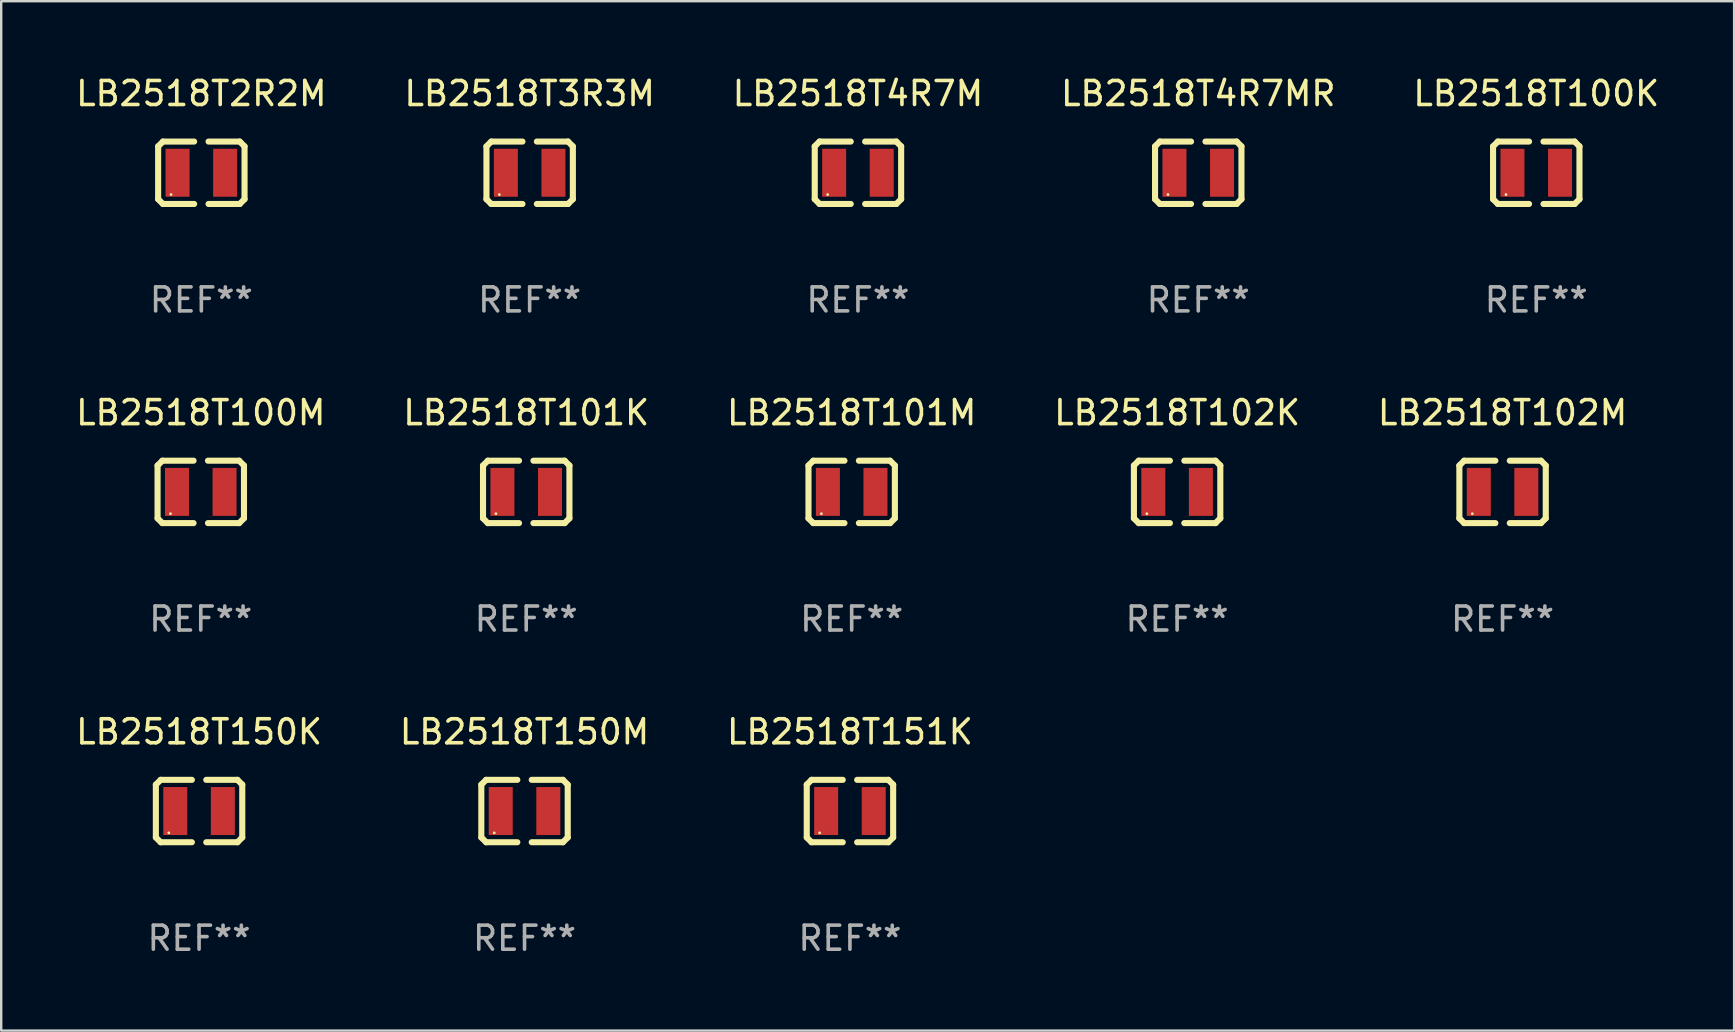
<source format=kicad_pcb>
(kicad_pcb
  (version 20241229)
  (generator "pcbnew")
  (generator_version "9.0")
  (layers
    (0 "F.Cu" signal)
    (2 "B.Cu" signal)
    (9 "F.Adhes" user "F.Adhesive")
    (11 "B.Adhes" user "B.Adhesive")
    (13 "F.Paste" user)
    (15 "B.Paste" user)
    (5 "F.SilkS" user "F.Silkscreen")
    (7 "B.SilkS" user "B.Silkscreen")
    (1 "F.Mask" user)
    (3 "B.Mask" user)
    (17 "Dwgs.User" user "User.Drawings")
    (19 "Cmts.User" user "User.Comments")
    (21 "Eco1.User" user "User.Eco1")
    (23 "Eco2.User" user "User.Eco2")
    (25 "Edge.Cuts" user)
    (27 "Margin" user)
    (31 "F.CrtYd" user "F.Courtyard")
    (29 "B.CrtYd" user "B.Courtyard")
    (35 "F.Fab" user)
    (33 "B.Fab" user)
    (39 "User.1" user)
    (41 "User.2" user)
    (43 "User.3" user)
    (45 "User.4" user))
  (footprint "LB2518T102M"
    (layer "F.Cu")
    (at 59.554 17.445)
    (property "Reference" "LB2518T102M" (at 0 -3.3 0) (layer "F.SilkS") (effects (font (size 1 1) (thickness 0.15))))
    (attr through_hole)
    (fp_line (start -1.8 -1.1) (end -1.8 1.1) (stroke (width 0.254) (type solid)) (layer "F.SilkS"))
    (fp_line (start -1.8 1.1) (end -1.6 1.3) (stroke (width 0.254) (type solid)) (layer "F.SilkS"))
    (fp_line (start -1.6 -1.3) (end -1.8 -1.1) (stroke (width 0.254) (type solid)) (layer "F.SilkS"))
    (fp_line (start -1.6 1.3) (end -0.3 1.3) (stroke (width 0.254) (type solid)) (layer "F.SilkS"))
    (fp_line (start -0.3 -1.3) (end -1.6 -1.3) (stroke (width 0.254) (type solid)) (layer "F.SilkS"))
    (fp_line (start 0.3 1.3) (end 1.6 1.3) (stroke (width 0.254) (type solid)) (layer "F.SilkS"))
    (fp_line (start 1.6 -1.3) (end 0.3 -1.3) (stroke (width 0.254) (type solid)) (layer "F.SilkS"))
    (fp_line (start 1.6 1.3) (end 1.8 1.1) (stroke (width 0.254) (type solid)) (layer "F.SilkS"))
    (fp_line (start 1.8 -1.1) (end 1.6 -1.3) (stroke (width 0.254) (type solid)) (layer "F.SilkS"))
    (fp_line (start 1.8 1.1) (end 1.8 -1.1) (stroke (width 0.254) (type solid)) (layer "F.SilkS"))
    (fp_circle (center -1.262 0.909) (end -1.232 0.909) (stroke (width 0.06) (type solid)) (fill no) (layer "F.SilkS"))
    (fp_text user "REF**" (at 0 5.3 0) (layer "F.Fab") (effects (font (size 1 1) (thickness 0.15))))
    (pad "1" smd rect (at -0.991 -0.00014 90) (size 1.999 1) (layers "F.Cu" "F.Mask" "F.Paste"))
    (pad "2" smd rect (at 0.991 -0.00014 90) (size 1.999 1) (layers "F.Cu" "F.Mask" "F.Paste")))
  (footprint "LB2518T100K"
    (layer "F.Cu")
    (at 60.958 4.148)
    (property "Reference" "LB2518T100K" (at 0 -3.3 0) (layer "F.SilkS") (effects (font (size 1 1) (thickness 0.15))))
    (attr through_hole)
    (fp_line (start -1.8 -1.1) (end -1.8 1.1) (stroke (width 0.254) (type solid)) (layer "F.SilkS"))
    (fp_line (start -1.8 1.1) (end -1.6 1.3) (stroke (width 0.254) (type solid)) (layer "F.SilkS"))
    (fp_line (start -1.6 -1.3) (end -1.8 -1.1) (stroke (width 0.254) (type solid)) (layer "F.SilkS"))
    (fp_line (start -1.6 1.3) (end -0.3 1.3) (stroke (width 0.254) (type solid)) (layer "F.SilkS"))
    (fp_line (start -0.3 -1.3) (end -1.6 -1.3) (stroke (width 0.254) (type solid)) (layer "F.SilkS"))
    (fp_line (start 0.3 1.3) (end 1.6 1.3) (stroke (width 0.254) (type solid)) (layer "F.SilkS"))
    (fp_line (start 1.6 -1.3) (end 0.3 -1.3) (stroke (width 0.254) (type solid)) (layer "F.SilkS"))
    (fp_line (start 1.6 1.3) (end 1.8 1.1) (stroke (width 0.254) (type solid)) (layer "F.SilkS"))
    (fp_line (start 1.8 -1.1) (end 1.6 -1.3) (stroke (width 0.254) (type solid)) (layer "F.SilkS"))
    (fp_line (start 1.8 1.1) (end 1.8 -1.1) (stroke (width 0.254) (type solid)) (layer "F.SilkS"))
    (fp_circle (center -1.262 0.909) (end -1.232 0.909) (stroke (width 0.06) (type solid)) (fill no) (layer "F.SilkS"))
    (fp_text user "REF**" (at 0 5.3 0) (layer "F.Fab") (effects (font (size 1 1) (thickness 0.15))))
    (pad "1" smd rect (at -0.991 -0.00014 90) (size 1.999 1) (layers "F.Cu" "F.Mask" "F.Paste"))
    (pad "2" smd rect (at 0.991 -0.00014 90) (size 1.999 1) (layers "F.Cu" "F.Mask" "F.Paste")))
  (footprint "LB2518T2R2M"
    (layer "F.Cu")
    (at 5.339 4.148)
    (property "Reference" "LB2518T2R2M" (at 0 -3.3 0) (layer "F.SilkS") (effects (font (size 1 1) (thickness 0.15))))
    (attr through_hole)
    (fp_line (start -1.8 -1.1) (end -1.8 1.1) (stroke (width 0.254) (type solid)) (layer "F.SilkS"))
    (fp_line (start -1.8 1.1) (end -1.6 1.3) (stroke (width 0.254) (type solid)) (layer "F.SilkS"))
    (fp_line (start -1.6 -1.3) (end -1.8 -1.1) (stroke (width 0.254) (type solid)) (layer "F.SilkS"))
    (fp_line (start -1.6 1.3) (end -0.3 1.3) (stroke (width 0.254) (type solid)) (layer "F.SilkS"))
    (fp_line (start -0.3 -1.3) (end -1.6 -1.3) (stroke (width 0.254) (type solid)) (layer "F.SilkS"))
    (fp_line (start 0.3 1.3) (end 1.6 1.3) (stroke (width 0.254) (type solid)) (layer "F.SilkS"))
    (fp_line (start 1.6 -1.3) (end 0.3 -1.3) (stroke (width 0.254) (type solid)) (layer "F.SilkS"))
    (fp_line (start 1.6 1.3) (end 1.8 1.1) (stroke (width 0.254) (type solid)) (layer "F.SilkS"))
    (fp_line (start 1.8 -1.1) (end 1.6 -1.3) (stroke (width 0.254) (type solid)) (layer "F.SilkS"))
    (fp_line (start 1.8 1.1) (end 1.8 -1.1) (stroke (width 0.254) (type solid)) (layer "F.SilkS"))
    (fp_circle (center -1.262 0.909) (end -1.232 0.909) (stroke (width 0.06) (type solid)) (fill no) (layer "F.SilkS"))
    (fp_text user "REF**" (at 0 5.3 0) (layer "F.Fab") (effects (font (size 1 1) (thickness 0.15))))
    (pad "1" smd rect (at -0.991 -0.00014 90) (size 1.999 1) (layers "F.Cu" "F.Mask" "F.Paste"))
    (pad "2" smd rect (at 0.991 -0.00014 90) (size 1.999 1) (layers "F.Cu" "F.Mask" "F.Paste")))
  (footprint "LB2518T100M"
    (layer "F.Cu")
    (at 5.315 17.445)
    (property "Reference" "LB2518T100M" (at 0 -3.3 0) (layer "F.SilkS") (effects (font (size 1 1) (thickness 0.15))))
    (attr through_hole)
    (fp_line (start -1.8 -1.1) (end -1.8 1.1) (stroke (width 0.254) (type solid)) (layer "F.SilkS"))
    (fp_line (start -1.8 1.1) (end -1.6 1.3) (stroke (width 0.254) (type solid)) (layer "F.SilkS"))
    (fp_line (start -1.6 -1.3) (end -1.8 -1.1) (stroke (width 0.254) (type solid)) (layer "F.SilkS"))
    (fp_line (start -1.6 1.3) (end -0.3 1.3) (stroke (width 0.254) (type solid)) (layer "F.SilkS"))
    (fp_line (start -0.3 -1.3) (end -1.6 -1.3) (stroke (width 0.254) (type solid)) (layer "F.SilkS"))
    (fp_line (start 0.3 1.3) (end 1.6 1.3) (stroke (width 0.254) (type solid)) (layer "F.SilkS"))
    (fp_line (start 1.6 -1.3) (end 0.3 -1.3) (stroke (width 0.254) (type solid)) (layer "F.SilkS"))
    (fp_line (start 1.6 1.3) (end 1.8 1.1) (stroke (width 0.254) (type solid)) (layer "F.SilkS"))
    (fp_line (start 1.8 -1.1) (end 1.6 -1.3) (stroke (width 0.254) (type solid)) (layer "F.SilkS"))
    (fp_line (start 1.8 1.1) (end 1.8 -1.1) (stroke (width 0.254) (type solid)) (layer "F.SilkS"))
    (fp_circle (center -1.262 0.909) (end -1.232 0.909) (stroke (width 0.06) (type solid)) (fill no) (layer "F.SilkS"))
    (fp_text user "REF**" (at 0 5.3 0) (layer "F.Fab") (effects (font (size 1 1) (thickness 0.15))))
    (pad "1" smd rect (at -0.991 -0.00014 90) (size 1.999 1) (layers "F.Cu" "F.Mask" "F.Paste"))
    (pad "2" smd rect (at 0.991 -0.00014 90) (size 1.999 1) (layers "F.Cu" "F.Mask" "F.Paste")))
  (footprint "LB2518T102K"
    (layer "F.Cu")
    (at 45.994 17.445)
    (property "Reference" "LB2518T102K" (at 0 -3.3 0) (layer "F.SilkS") (effects (font (size 1 1) (thickness 0.15))))
    (attr through_hole)
    (fp_line (start -1.8 -1.1) (end -1.8 1.1) (stroke (width 0.254) (type solid)) (layer "F.SilkS"))
    (fp_line (start -1.8 1.1) (end -1.6 1.3) (stroke (width 0.254) (type solid)) (layer "F.SilkS"))
    (fp_line (start -1.6 -1.3) (end -1.8 -1.1) (stroke (width 0.254) (type solid)) (layer "F.SilkS"))
    (fp_line (start -1.6 1.3) (end -0.3 1.3) (stroke (width 0.254) (type solid)) (layer "F.SilkS"))
    (fp_line (start -0.3 -1.3) (end -1.6 -1.3) (stroke (width 0.254) (type solid)) (layer "F.SilkS"))
    (fp_line (start 0.3 1.3) (end 1.6 1.3) (stroke (width 0.254) (type solid)) (layer "F.SilkS"))
    (fp_line (start 1.6 -1.3) (end 0.3 -1.3) (stroke (width 0.254) (type solid)) (layer "F.SilkS"))
    (fp_line (start 1.6 1.3) (end 1.8 1.1) (stroke (width 0.254) (type solid)) (layer "F.SilkS"))
    (fp_line (start 1.8 -1.1) (end 1.6 -1.3) (stroke (width 0.254) (type solid)) (layer "F.SilkS"))
    (fp_line (start 1.8 1.1) (end 1.8 -1.1) (stroke (width 0.254) (type solid)) (layer "F.SilkS"))
    (fp_circle (center -1.262 0.909) (end -1.232 0.909) (stroke (width 0.06) (type solid)) (fill no) (layer "F.SilkS"))
    (fp_text user "REF**" (at 0 5.3 0) (layer "F.Fab") (effects (font (size 1 1) (thickness 0.15))))
    (pad "1" smd rect (at -0.991 -0.00014 90) (size 1.999 1) (layers "F.Cu" "F.Mask" "F.Paste"))
    (pad "2" smd rect (at 0.991 -0.00014 90) (size 1.999 1) (layers "F.Cu" "F.Mask" "F.Paste")))
  (footprint "LB2518T151K"
    (layer "F.Cu")
    (at 32.363 30.742)
    (property "Reference" "LB2518T151K" (at 0 -3.3 0) (layer "F.SilkS") (effects (font (size 1 1) (thickness 0.15))))
    (attr through_hole)
    (fp_line (start -1.8 -1.1) (end -1.8 1.1) (stroke (width 0.254) (type solid)) (layer "F.SilkS"))
    (fp_line (start -1.8 1.1) (end -1.6 1.3) (stroke (width 0.254) (type solid)) (layer "F.SilkS"))
    (fp_line (start -1.6 -1.3) (end -1.8 -1.1) (stroke (width 0.254) (type solid)) (layer "F.SilkS"))
    (fp_line (start -1.6 1.3) (end -0.3 1.3) (stroke (width 0.254) (type solid)) (layer "F.SilkS"))
    (fp_line (start -0.3 -1.3) (end -1.6 -1.3) (stroke (width 0.254) (type solid)) (layer "F.SilkS"))
    (fp_line (start 0.3 1.3) (end 1.6 1.3) (stroke (width 0.254) (type solid)) (layer "F.SilkS"))
    (fp_line (start 1.6 -1.3) (end 0.3 -1.3) (stroke (width 0.254) (type solid)) (layer "F.SilkS"))
    (fp_line (start 1.6 1.3) (end 1.8 1.1) (stroke (width 0.254) (type solid)) (layer "F.SilkS"))
    (fp_line (start 1.8 -1.1) (end 1.6 -1.3) (stroke (width 0.254) (type solid)) (layer "F.SilkS"))
    (fp_line (start 1.8 1.1) (end 1.8 -1.1) (stroke (width 0.254) (type solid)) (layer "F.SilkS"))
    (fp_circle (center -1.262 0.909) (end -1.232 0.909) (stroke (width 0.06) (type solid)) (fill no) (layer "F.SilkS"))
    (fp_text user "REF**" (at 0 5.3 0) (layer "F.Fab") (effects (font (size 1 1) (thickness 0.15))))
    (pad "1" smd rect (at -0.991 -0.00014 90) (size 1.999 1) (layers "F.Cu" "F.Mask" "F.Paste"))
    (pad "2" smd rect (at 0.991 -0.00014 90) (size 1.999 1) (layers "F.Cu" "F.Mask" "F.Paste")))
  (footprint "LB2518T3R3M"
    (layer "F.Cu")
    (at 19.018 4.148)
    (property "Reference" "LB2518T3R3M" (at 0 -3.3 0) (layer "F.SilkS") (effects (font (size 1 1) (thickness 0.15))))
    (attr through_hole)
    (fp_line (start -1.8 -1.1) (end -1.8 1.1) (stroke (width 0.254) (type solid)) (layer "F.SilkS"))
    (fp_line (start -1.8 1.1) (end -1.6 1.3) (stroke (width 0.254) (type solid)) (layer "F.SilkS"))
    (fp_line (start -1.6 -1.3) (end -1.8 -1.1) (stroke (width 0.254) (type solid)) (layer "F.SilkS"))
    (fp_line (start -1.6 1.3) (end -0.3 1.3) (stroke (width 0.254) (type solid)) (layer "F.SilkS"))
    (fp_line (start -0.3 -1.3) (end -1.6 -1.3) (stroke (width 0.254) (type solid)) (layer "F.SilkS"))
    (fp_line (start 0.3 1.3) (end 1.6 1.3) (stroke (width 0.254) (type solid)) (layer "F.SilkS"))
    (fp_line (start 1.6 -1.3) (end 0.3 -1.3) (stroke (width 0.254) (type solid)) (layer "F.SilkS"))
    (fp_line (start 1.6 1.3) (end 1.8 1.1) (stroke (width 0.254) (type solid)) (layer "F.SilkS"))
    (fp_line (start 1.8 -1.1) (end 1.6 -1.3) (stroke (width 0.254) (type solid)) (layer "F.SilkS"))
    (fp_line (start 1.8 1.1) (end 1.8 -1.1) (stroke (width 0.254) (type solid)) (layer "F.SilkS"))
    (fp_circle (center -1.262 0.909) (end -1.232 0.909) (stroke (width 0.06) (type solid)) (fill no) (layer "F.SilkS"))
    (fp_text user "REF**" (at 0 5.3 0) (layer "F.Fab") (effects (font (size 1 1) (thickness 0.15))))
    (pad "1" smd rect (at -0.991 -0.00014 90) (size 1.999 1) (layers "F.Cu" "F.Mask" "F.Paste"))
    (pad "2" smd rect (at 0.991 -0.00014 90) (size 1.999 1) (layers "F.Cu" "F.Mask" "F.Paste")))
  (footprint "LB2518T101K"
    (layer "F.Cu")
    (at 18.875 17.445)
    (property "Reference" "LB2518T101K" (at 0 -3.3 0) (layer "F.SilkS") (effects (font (size 1 1) (thickness 0.15))))
    (attr through_hole)
    (fp_line (start -1.8 -1.1) (end -1.8 1.1) (stroke (width 0.254) (type solid)) (layer "F.SilkS"))
    (fp_line (start -1.8 1.1) (end -1.6 1.3) (stroke (width 0.254) (type solid)) (layer "F.SilkS"))
    (fp_line (start -1.6 -1.3) (end -1.8 -1.1) (stroke (width 0.254) (type solid)) (layer "F.SilkS"))
    (fp_line (start -1.6 1.3) (end -0.3 1.3) (stroke (width 0.254) (type solid)) (layer "F.SilkS"))
    (fp_line (start -0.3 -1.3) (end -1.6 -1.3) (stroke (width 0.254) (type solid)) (layer "F.SilkS"))
    (fp_line (start 0.3 1.3) (end 1.6 1.3) (stroke (width 0.254) (type solid)) (layer "F.SilkS"))
    (fp_line (start 1.6 -1.3) (end 0.3 -1.3) (stroke (width 0.254) (type solid)) (layer "F.SilkS"))
    (fp_line (start 1.6 1.3) (end 1.8 1.1) (stroke (width 0.254) (type solid)) (layer "F.SilkS"))
    (fp_line (start 1.8 -1.1) (end 1.6 -1.3) (stroke (width 0.254) (type solid)) (layer "F.SilkS"))
    (fp_line (start 1.8 1.1) (end 1.8 -1.1) (stroke (width 0.254) (type solid)) (layer "F.SilkS"))
    (fp_circle (center -1.262 0.909) (end -1.232 0.909) (stroke (width 0.06) (type solid)) (fill no) (layer "F.SilkS"))
    (fp_text user "REF**" (at 0 5.3 0) (layer "F.Fab") (effects (font (size 1 1) (thickness 0.15))))
    (pad "1" smd rect (at -0.991 -0.00014 90) (size 1.999 1) (layers "F.Cu" "F.Mask" "F.Paste"))
    (pad "2" smd rect (at 0.991 -0.00014 90) (size 1.999 1) (layers "F.Cu" "F.Mask" "F.Paste")))
  (footprint "LB2518T101M"
    (layer "F.Cu")
    (at 32.435 17.445)
    (property "Reference" "LB2518T101M" (at 0 -3.3 0) (layer "F.SilkS") (effects (font (size 1 1) (thickness 0.15))))
    (attr through_hole)
    (fp_line (start -1.8 -1.1) (end -1.8 1.1) (stroke (width 0.254) (type solid)) (layer "F.SilkS"))
    (fp_line (start -1.8 1.1) (end -1.6 1.3) (stroke (width 0.254) (type solid)) (layer "F.SilkS"))
    (fp_line (start -1.6 -1.3) (end -1.8 -1.1) (stroke (width 0.254) (type solid)) (layer "F.SilkS"))
    (fp_line (start -1.6 1.3) (end -0.3 1.3) (stroke (width 0.254) (type solid)) (layer "F.SilkS"))
    (fp_line (start -0.3 -1.3) (end -1.6 -1.3) (stroke (width 0.254) (type solid)) (layer "F.SilkS"))
    (fp_line (start 0.3 1.3) (end 1.6 1.3) (stroke (width 0.254) (type solid)) (layer "F.SilkS"))
    (fp_line (start 1.6 -1.3) (end 0.3 -1.3) (stroke (width 0.254) (type solid)) (layer "F.SilkS"))
    (fp_line (start 1.6 1.3) (end 1.8 1.1) (stroke (width 0.254) (type solid)) (layer "F.SilkS"))
    (fp_line (start 1.8 -1.1) (end 1.6 -1.3) (stroke (width 0.254) (type solid)) (layer "F.SilkS"))
    (fp_line (start 1.8 1.1) (end 1.8 -1.1) (stroke (width 0.254) (type solid)) (layer "F.SilkS"))
    (fp_circle (center -1.262 0.909) (end -1.232 0.909) (stroke (width 0.06) (type solid)) (fill no) (layer "F.SilkS"))
    (fp_text user "REF**" (at 0 5.3 0) (layer "F.Fab") (effects (font (size 1 1) (thickness 0.15))))
    (pad "1" smd rect (at -0.991 -0.00014 90) (size 1.999 1) (layers "F.Cu" "F.Mask" "F.Paste"))
    (pad "2" smd rect (at 0.991 -0.00014 90) (size 1.999 1) (layers "F.Cu" "F.Mask" "F.Paste")))
  (footprint "LB2518T4R7MR"
    (layer "F.Cu")
    (at 46.875 4.148)
    (property "Reference" "LB2518T4R7MR" (at 0 -3.3 0) (layer "F.SilkS") (effects (font (size 1 1) (thickness 0.15))))
    (attr through_hole)
    (fp_line (start -1.8 -1.1) (end -1.8 1.1) (stroke (width 0.254) (type solid)) (layer "F.SilkS"))
    (fp_line (start -1.8 1.1) (end -1.6 1.3) (stroke (width 0.254) (type solid)) (layer "F.SilkS"))
    (fp_line (start -1.6 -1.3) (end -1.8 -1.1) (stroke (width 0.254) (type solid)) (layer "F.SilkS"))
    (fp_line (start -1.6 1.3) (end -0.3 1.3) (stroke (width 0.254) (type solid)) (layer "F.SilkS"))
    (fp_line (start -0.3 -1.3) (end -1.6 -1.3) (stroke (width 0.254) (type solid)) (layer "F.SilkS"))
    (fp_line (start 0.3 1.3) (end 1.6 1.3) (stroke (width 0.254) (type solid)) (layer "F.SilkS"))
    (fp_line (start 1.6 -1.3) (end 0.3 -1.3) (stroke (width 0.254) (type solid)) (layer "F.SilkS"))
    (fp_line (start 1.6 1.3) (end 1.8 1.1) (stroke (width 0.254) (type solid)) (layer "F.SilkS"))
    (fp_line (start 1.8 -1.1) (end 1.6 -1.3) (stroke (width 0.254) (type solid)) (layer "F.SilkS"))
    (fp_line (start 1.8 1.1) (end 1.8 -1.1) (stroke (width 0.254) (type solid)) (layer "F.SilkS"))
    (fp_circle (center -1.262 0.909) (end -1.232 0.909) (stroke (width 0.06) (type solid)) (fill no) (layer "F.SilkS"))
    (fp_text user "REF**" (at 0 5.3 0) (layer "F.Fab") (effects (font (size 1 1) (thickness 0.15))))
    (pad "1" smd rect (at -0.991 -0.00014 90) (size 1.999 1) (layers "F.Cu" "F.Mask" "F.Paste"))
    (pad "2" smd rect (at 0.991 -0.00014 90) (size 1.999 1) (layers "F.Cu" "F.Mask" "F.Paste")))
  (footprint "LB2518T150K"
    (layer "F.Cu")
    (at 5.244 30.742)
    (property "Reference" "LB2518T150K" (at 0 -3.3 0) (layer "F.SilkS") (effects (font (size 1 1) (thickness 0.15))))
    (attr through_hole)
    (fp_line (start -1.8 -1.1) (end -1.8 1.1) (stroke (width 0.254) (type solid)) (layer "F.SilkS"))
    (fp_line (start -1.8 1.1) (end -1.6 1.3) (stroke (width 0.254) (type solid)) (layer "F.SilkS"))
    (fp_line (start -1.6 -1.3) (end -1.8 -1.1) (stroke (width 0.254) (type solid)) (layer "F.SilkS"))
    (fp_line (start -1.6 1.3) (end -0.3 1.3) (stroke (width 0.254) (type solid)) (layer "F.SilkS"))
    (fp_line (start -0.3 -1.3) (end -1.6 -1.3) (stroke (width 0.254) (type solid)) (layer "F.SilkS"))
    (fp_line (start 0.3 1.3) (end 1.6 1.3) (stroke (width 0.254) (type solid)) (layer "F.SilkS"))
    (fp_line (start 1.6 -1.3) (end 0.3 -1.3) (stroke (width 0.254) (type solid)) (layer "F.SilkS"))
    (fp_line (start 1.6 1.3) (end 1.8 1.1) (stroke (width 0.254) (type solid)) (layer "F.SilkS"))
    (fp_line (start 1.8 -1.1) (end 1.6 -1.3) (stroke (width 0.254) (type solid)) (layer "F.SilkS"))
    (fp_line (start 1.8 1.1) (end 1.8 -1.1) (stroke (width 0.254) (type solid)) (layer "F.SilkS"))
    (fp_circle (center -1.262 0.909) (end -1.232 0.909) (stroke (width 0.06) (type solid)) (fill no) (layer "F.SilkS"))
    (fp_text user "REF**" (at 0 5.3 0) (layer "F.Fab") (effects (font (size 1 1) (thickness 0.15))))
    (pad "1" smd rect (at -0.991 -0.00014 90) (size 1.999 1) (layers "F.Cu" "F.Mask" "F.Paste"))
    (pad "2" smd rect (at 0.991 -0.00014 90) (size 1.999 1) (layers "F.Cu" "F.Mask" "F.Paste")))
  (footprint "LB2518T4R7M"
    (layer "F.Cu")
    (at 32.696 4.148)
    (property "Reference" "LB2518T4R7M" (at 0 -3.3 0) (layer "F.SilkS") (effects (font (size 1 1) (thickness 0.15))))
    (attr through_hole)
    (fp_line (start -1.8 -1.1) (end -1.8 1.1) (stroke (width 0.254) (type solid)) (layer "F.SilkS"))
    (fp_line (start -1.8 1.1) (end -1.6 1.3) (stroke (width 0.254) (type solid)) (layer "F.SilkS"))
    (fp_line (start -1.6 -1.3) (end -1.8 -1.1) (stroke (width 0.254) (type solid)) (layer "F.SilkS"))
    (fp_line (start -1.6 1.3) (end -0.3 1.3) (stroke (width 0.254) (type solid)) (layer "F.SilkS"))
    (fp_line (start -0.3 -1.3) (end -1.6 -1.3) (stroke (width 0.254) (type solid)) (layer "F.SilkS"))
    (fp_line (start 0.3 1.3) (end 1.6 1.3) (stroke (width 0.254) (type solid)) (layer "F.SilkS"))
    (fp_line (start 1.6 -1.3) (end 0.3 -1.3) (stroke (width 0.254) (type solid)) (layer "F.SilkS"))
    (fp_line (start 1.6 1.3) (end 1.8 1.1) (stroke (width 0.254) (type solid)) (layer "F.SilkS"))
    (fp_line (start 1.8 -1.1) (end 1.6 -1.3) (stroke (width 0.254) (type solid)) (layer "F.SilkS"))
    (fp_line (start 1.8 1.1) (end 1.8 -1.1) (stroke (width 0.254) (type solid)) (layer "F.SilkS"))
    (fp_circle (center -1.262 0.909) (end -1.232 0.909) (stroke (width 0.06) (type solid)) (fill no) (layer "F.SilkS"))
    (fp_text user "REF**" (at 0 5.3 0) (layer "F.Fab") (effects (font (size 1 1) (thickness 0.15))))
    (pad "1" smd rect (at -0.991 -0.00014 90) (size 1.999 1) (layers "F.Cu" "F.Mask" "F.Paste"))
    (pad "2" smd rect (at 0.991 -0.00014 90) (size 1.999 1) (layers "F.Cu" "F.Mask" "F.Paste")))
  (footprint "LB2518T150M"
    (layer "F.Cu")
    (at 18.804 30.742)
    (property "Reference" "LB2518T150M" (at 0 -3.3 0) (layer "F.SilkS") (effects (font (size 1 1) (thickness 0.15))))
    (attr through_hole)
    (fp_line (start -1.8 -1.1) (end -1.8 1.1) (stroke (width 0.254) (type solid)) (layer "F.SilkS"))
    (fp_line (start -1.8 1.1) (end -1.6 1.3) (stroke (width 0.254) (type solid)) (layer "F.SilkS"))
    (fp_line (start -1.6 -1.3) (end -1.8 -1.1) (stroke (width 0.254) (type solid)) (layer "F.SilkS"))
    (fp_line (start -1.6 1.3) (end -0.3 1.3) (stroke (width 0.254) (type solid)) (layer "F.SilkS"))
    (fp_line (start -0.3 -1.3) (end -1.6 -1.3) (stroke (width 0.254) (type solid)) (layer "F.SilkS"))
    (fp_line (start 0.3 1.3) (end 1.6 1.3) (stroke (width 0.254) (type solid)) (layer "F.SilkS"))
    (fp_line (start 1.6 -1.3) (end 0.3 -1.3) (stroke (width 0.254) (type solid)) (layer "F.SilkS"))
    (fp_line (start 1.6 1.3) (end 1.8 1.1) (stroke (width 0.254) (type solid)) (layer "F.SilkS"))
    (fp_line (start 1.8 -1.1) (end 1.6 -1.3) (stroke (width 0.254) (type solid)) (layer "F.SilkS"))
    (fp_line (start 1.8 1.1) (end 1.8 -1.1) (stroke (width 0.254) (type solid)) (layer "F.SilkS"))
    (fp_circle (center -1.262 0.909) (end -1.232 0.909) (stroke (width 0.06) (type solid)) (fill no) (layer "F.SilkS"))
    (fp_text user "REF**" (at 0 5.3 0) (layer "F.Fab") (effects (font (size 1 1) (thickness 0.15))))
    (pad "1" smd rect (at -0.991 -0.00014 90) (size 1.999 1) (layers "F.Cu" "F.Mask" "F.Paste"))
    (pad "2" smd rect (at 0.991 -0.00014 90) (size 1.999 1) (layers "F.Cu" "F.Mask" "F.Paste")))
  (gr_rect
    (start -3 -3)
    (end 69.202 39.89)
    (stroke (width 0.1) (type default))
    (fill no)
    (layer "Edge.Cuts")))
</source>
